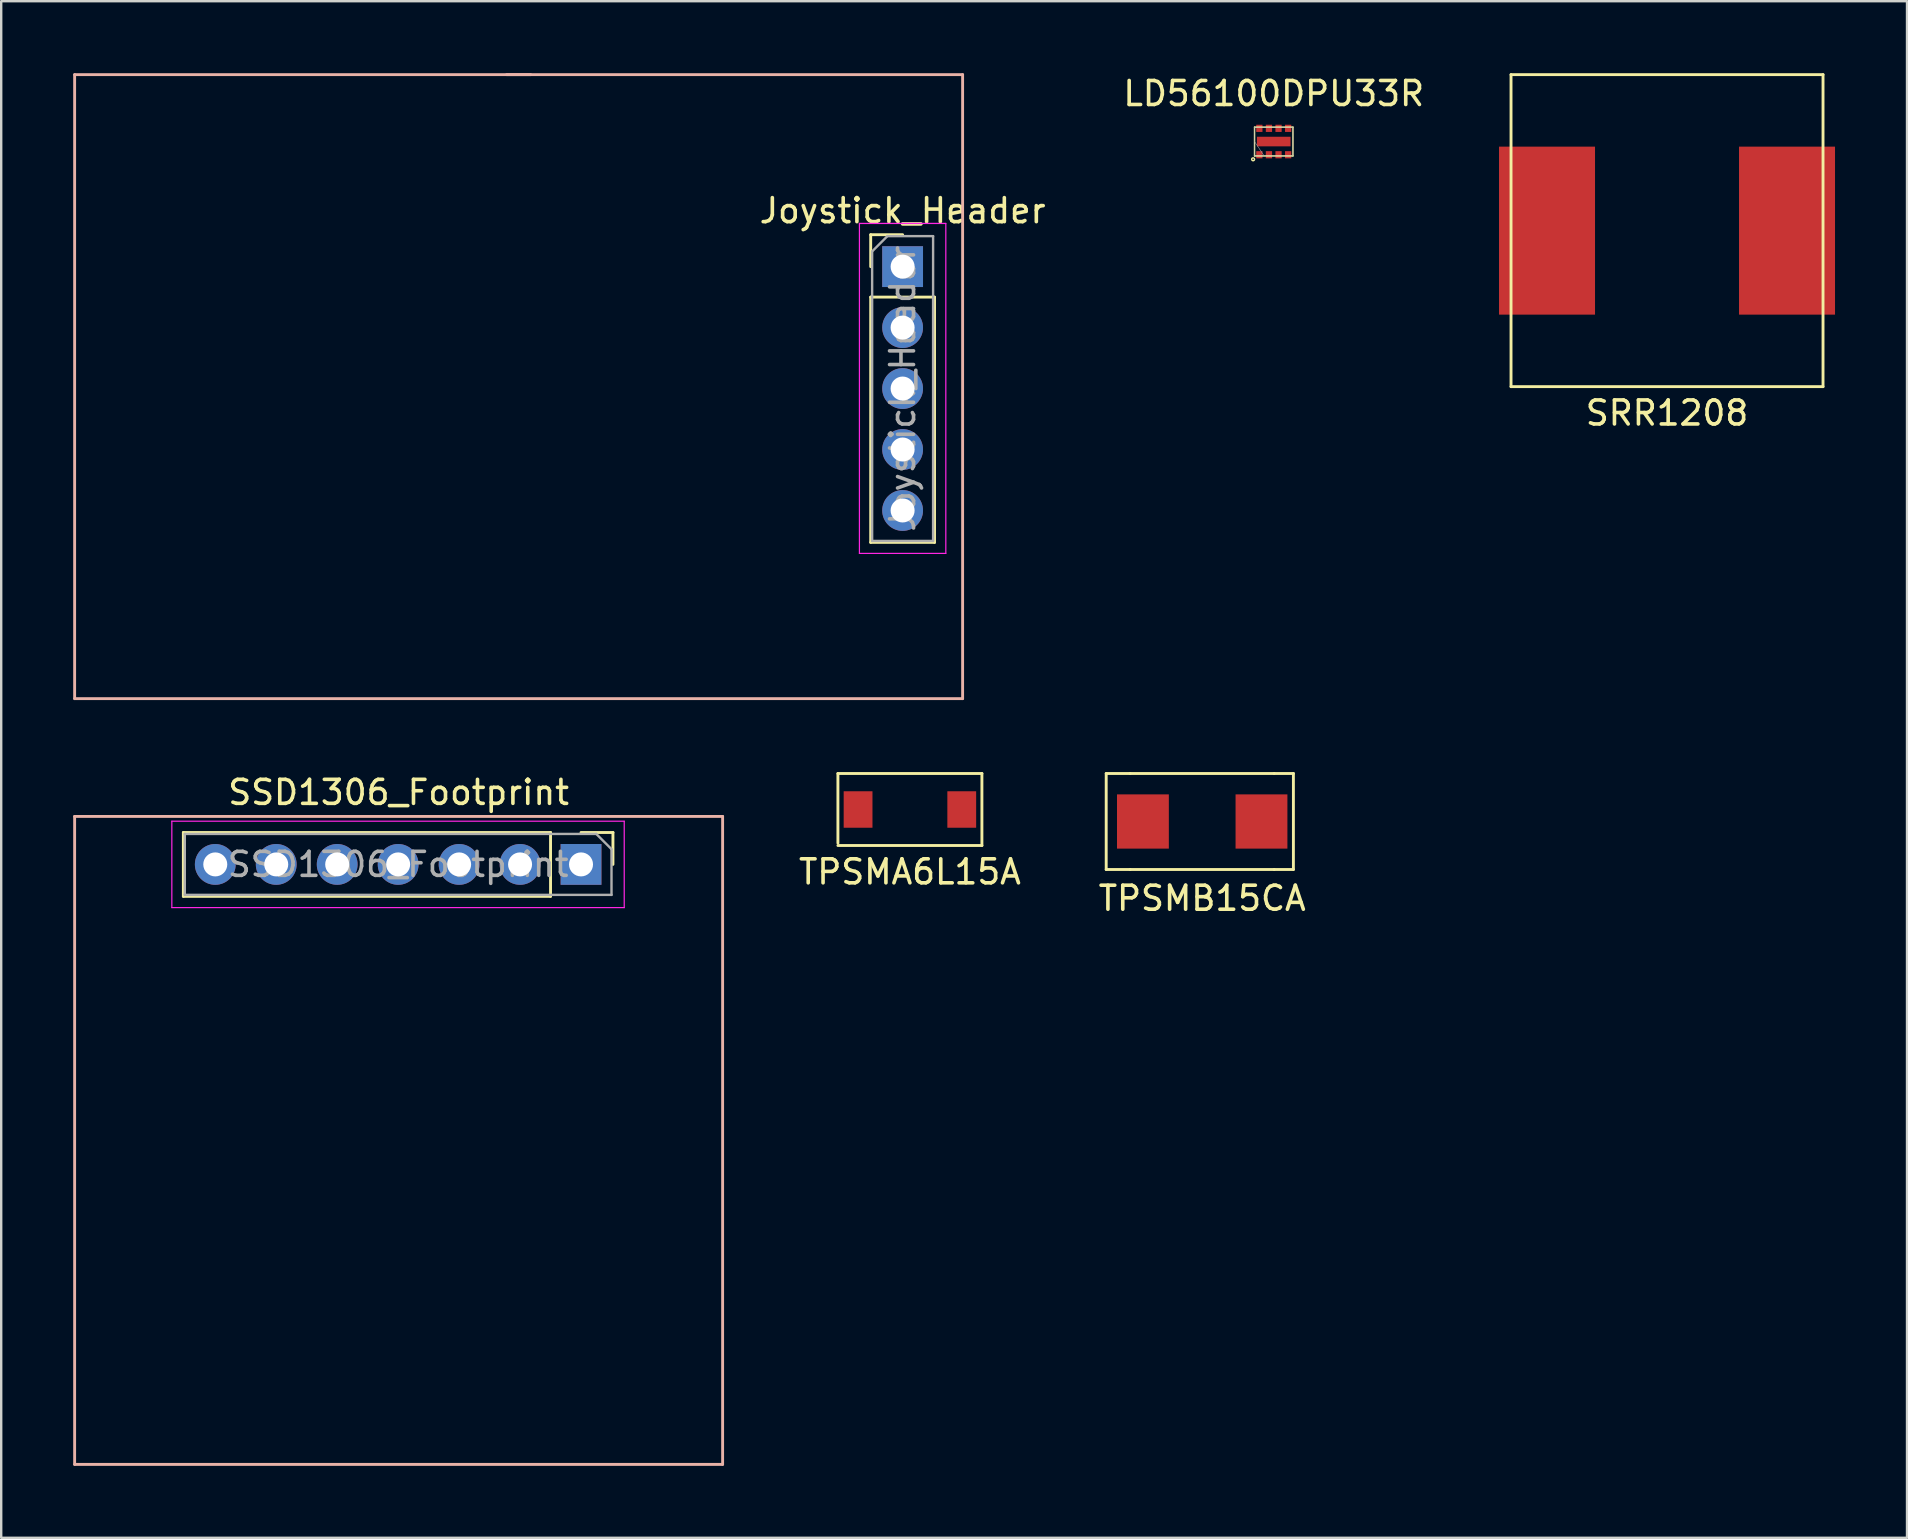
<source format=kicad_pcb>
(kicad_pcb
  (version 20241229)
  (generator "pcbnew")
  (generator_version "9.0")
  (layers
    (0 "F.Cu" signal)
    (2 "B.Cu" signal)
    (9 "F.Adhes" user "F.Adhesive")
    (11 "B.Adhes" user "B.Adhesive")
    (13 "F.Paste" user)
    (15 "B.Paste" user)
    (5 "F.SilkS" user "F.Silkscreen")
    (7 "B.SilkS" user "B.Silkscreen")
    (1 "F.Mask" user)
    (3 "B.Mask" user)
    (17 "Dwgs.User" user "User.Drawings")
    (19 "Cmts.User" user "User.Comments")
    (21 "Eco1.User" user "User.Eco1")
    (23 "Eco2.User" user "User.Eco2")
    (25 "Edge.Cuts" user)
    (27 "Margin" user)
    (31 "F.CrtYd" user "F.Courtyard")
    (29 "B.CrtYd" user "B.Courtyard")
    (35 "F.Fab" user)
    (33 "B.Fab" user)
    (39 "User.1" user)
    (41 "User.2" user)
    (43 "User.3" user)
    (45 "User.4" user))
  (footprint "SRR1208"
    (layer "F.Cu")
    (at 66.411 6.56)
    (property "Reference" "SRR1208" (at 0 7.6 0) (layer "F.SilkS") (effects (font (size 1 1) (thickness 0.15))))
    (attr through_hole)
    (fp_line (start -6.5 -6.5) (end -6.5 6.5) (stroke (width 0.12) (type solid)) (layer "F.SilkS"))
    (fp_line (start -6.5 -6.5) (end 6.5 -6.5) (stroke (width 0.12) (type solid)) (layer "F.SilkS"))
    (fp_line (start -6.5 6.5) (end 6.5 6.5) (stroke (width 0.12) (type solid)) (layer "F.SilkS"))
    (fp_line (start 6.5 -6.5) (end 6.5 6.5) (stroke (width 0.12) (type solid)) (layer "F.SilkS"))
    (pad "1" smd rect (at -5 0) (size 4 7) (layers "F.Cu" "F.Mask" "F.Paste"))
    (pad "2" smd rect (at 5 0) (size 4 7) (layers "F.Cu" "F.Mask" "F.Paste")))
  (footprint "TPSMB15CA"
    (layer "F.Cu")
    (at 47.043 31.18)
    (property "Reference" "TPSMB15CA" (at 0 3.2 0) (layer "F.SilkS") (effects (font (size 1 1) (thickness 0.15))))
    (attr through_hole)
    (fp_line (start -4 -2) (end -4 2) (stroke (width 0.12) (type solid)) (layer "F.SilkS"))
    (fp_line (start -4 2) (end -3 2) (stroke (width 0.12) (type solid)) (layer "F.SilkS"))
    (fp_line (start -3 -2) (end -4 -2) (stroke (width 0.12) (type solid)) (layer "F.SilkS"))
    (fp_line (start -3 -2) (end 3 -2) (stroke (width 0.12) (type solid)) (layer "F.SilkS"))
    (fp_line (start -3 2) (end 3 2) (stroke (width 0.12) (type solid)) (layer "F.SilkS"))
    (fp_line (start 3 2) (end 3.8 2) (stroke (width 0.12) (type solid)) (layer "F.SilkS"))
    (fp_line (start 3.8 -2) (end 3 -2) (stroke (width 0.12) (type solid)) (layer "F.SilkS"))
    (fp_line (start 3.8 2) (end 3.8 -2) (stroke (width 0.12) (type solid)) (layer "F.SilkS"))
    (pad "1" smd rect (at -2.47 0) (size 2.16 2.26) (layers "F.Cu" "F.Mask" "F.Paste"))
    (pad "2" smd rect (at 2.47 0) (size 2.16 2.26) (layers "F.Cu" "F.Mask" "F.Paste")))
  (footprint "TPSMA6L15A"
    (layer "F.Cu")
    (at 34.864 30.68)
    (property "Reference" "TPSMA6L15A" (at 0 2.6 0) (layer "F.SilkS") (effects (font (size 1 1) (thickness 0.15))))
    (attr through_hole)
    (fp_line (start -3 -1.5) (end -3 1.4) (stroke (width 0.12) (type solid)) (layer "F.SilkS"))
    (fp_line (start -3 -1.5) (end 3 -1.5) (stroke (width 0.12) (type solid)) (layer "F.SilkS"))
    (fp_line (start -3 1.5) (end 3 1.5) (stroke (width 0.12) (type solid)) (layer "F.SilkS"))
    (fp_line (start 3 -1.5) (end 3 1.5) (stroke (width 0.12) (type solid)) (layer "F.SilkS"))
    (pad "1" smd rect (at -2.16 0) (size 1.2 1.52) (layers "F.Cu" "F.Mask" "F.Paste"))
    (pad "2" smd rect (at 2.16 0) (size 1.2 1.52) (layers "F.Cu" "F.Mask" "F.Paste")))
  (footprint "Joystick_Header"
    (layer "F.Cu")
    (at 34.56 8.06)
    (property "Reference" "Joystick_Header" (at 0 -2.33 0) (layer "F.SilkS") (effects (font (size 1 1) (thickness 0.15))))
    (attr through_hole)
    (fp_line (start -1.33 -1.33) (end 0 -1.33) (stroke (width 0.12) (type solid)) (layer "F.SilkS"))
    (fp_line (start -1.33 0) (end -1.33 -1.33) (stroke (width 0.12) (type solid)) (layer "F.SilkS"))
    (fp_line (start -1.33 1.27) (end -1.33 11.49) (stroke (width 0.12) (type solid)) (layer "F.SilkS"))
    (fp_line (start -1.33 1.27) (end 1.33 1.27) (stroke (width 0.12) (type solid)) (layer "F.SilkS"))
    (fp_line (start -1.33 11.49) (end 1.33 11.49) (stroke (width 0.12) (type solid)) (layer "F.SilkS"))
    (fp_line (start 1.33 1.27) (end 1.33 11.49) (stroke (width 0.12) (type solid)) (layer "F.SilkS"))
    (fp_line (start -34.5 18) (end -34.5 -8) (stroke (width 0.12) (type solid)) (layer "B.SilkS"))
    (fp_line (start -15.5 -8) (end -16.5 -8) (stroke (width 0.12) (type solid)) (layer "B.SilkS"))
    (fp_line (start 2.5 -8) (end -34.5 -8) (stroke (width 0.12) (type solid)) (layer "B.SilkS"))
    (fp_line (start 2.5 18) (end -34.5 18) (stroke (width 0.12) (type solid)) (layer "B.SilkS"))
    (fp_line (start 2.5 18) (end 2.5 -8) (stroke (width 0.12) (type solid)) (layer "B.SilkS"))
    (fp_line (start -1.8 -1.8) (end -1.8 11.95) (stroke (width 0.05) (type solid)) (layer "F.CrtYd"))
    (fp_line (start -1.8 11.95) (end 1.8 11.95) (stroke (width 0.05) (type solid)) (layer "F.CrtYd"))
    (fp_line (start 1.8 -1.8) (end -1.8 -1.8) (stroke (width 0.05) (type solid)) (layer "F.CrtYd"))
    (fp_line (start 1.8 11.95) (end 1.8 -1.8) (stroke (width 0.05) (type solid)) (layer "F.CrtYd"))
    (fp_line (start -1.27 -0.635) (end -0.635 -1.27) (stroke (width 0.1) (type solid)) (layer "F.Fab"))
    (fp_line (start -1.27 11.43) (end -1.27 -0.635) (stroke (width 0.1) (type solid)) (layer "F.Fab"))
    (fp_line (start -0.635 -1.27) (end 1.27 -1.27) (stroke (width 0.1) (type solid)) (layer "F.Fab"))
    (fp_line (start 1.27 -1.27) (end 1.27 11.43) (stroke (width 0.1) (type solid)) (layer "F.Fab"))
    (fp_line (start 1.27 11.43) (end -1.27 11.43) (stroke (width 0.1) (type solid)) (layer "F.Fab"))
    (fp_text user "${REFERENCE}" (at 0 5.08 90) (layer "F.Fab") (effects (font (size 1 1) (thickness 0.15))))
    (pad "1" thru_hole rect (at 0 0) (size 1.7 1.7) (drill 1) (layers "*.Cu" "*.Mask"))
    (pad "2" thru_hole oval (at 0 2.54) (size 1.7 1.7) (drill 1) (layers "*.Cu" "*.Mask"))
    (pad "3" thru_hole oval (at 0 5.08) (size 1.7 1.7) (drill 1) (layers "*.Cu" "*.Mask"))
    (pad "4" thru_hole oval (at 0 7.62) (size 1.7 1.7) (drill 1) (layers "*.Cu" "*.Mask"))
    (pad "5" thru_hole oval (at 0 10.16) (size 1.7 1.7) (drill 1) (layers "*.Cu" "*.Mask")))
  (footprint "SSD1306_Footprint"
    (layer "F.Cu")
    (at 13.56 32.968)
    (property "Reference" "SSD1306_Footprint" (at 0 -3 0) (layer "F.SilkS") (effects (font (size 1 1) (thickness 0.15))))
    (attr through_hole)
    (fp_line (start -8.97 -1.33) (end -8.97 1.33) (stroke (width 0.12) (type solid)) (layer "F.SilkS"))
    (fp_line (start 6.33 -1.33) (end -8.97 -1.33) (stroke (width 0.12) (type solid)) (layer "F.SilkS"))
    (fp_line (start 6.33 -1.33) (end 6.33 1.33) (stroke (width 0.12) (type solid)) (layer "F.SilkS"))
    (fp_line (start 6.33 1.33) (end -8.97 1.33) (stroke (width 0.12) (type solid)) (layer "F.SilkS"))
    (fp_line (start 7.6 -1.33) (end 8.93 -1.33) (stroke (width 0.12) (type solid)) (layer "F.SilkS"))
    (fp_line (start 8.93 -1.33) (end 8.93 0) (stroke (width 0.12) (type solid)) (layer "F.SilkS"))
    (fp_line (start -13.5 -2) (end 13.5 -2) (stroke (width 0.12) (type solid)) (layer "B.SilkS"))
    (fp_line (start -13.5 25) (end -13.5 -2) (stroke (width 0.12) (type solid)) (layer "B.SilkS"))
    (fp_line (start 13.5 -2) (end 13.5 25) (stroke (width 0.12) (type solid)) (layer "B.SilkS"))
    (fp_line (start 13.5 25) (end -13.5 25) (stroke (width 0.12) (type solid)) (layer "B.SilkS"))
    (fp_line (start -9.45 -1.8) (end -9.45 1.8) (stroke (width 0.05) (type solid)) (layer "F.CrtYd"))
    (fp_line (start -9.45 1.8) (end 9.4 1.8) (stroke (width 0.05) (type solid)) (layer "F.CrtYd"))
    (fp_line (start 9.4 -1.8) (end -9.45 -1.8) (stroke (width 0.05) (type solid)) (layer "F.CrtYd"))
    (fp_line (start 9.4 1.8) (end 9.4 -1.8) (stroke (width 0.05) (type solid)) (layer "F.CrtYd"))
    (fp_line (start -8.91 -1.27) (end 8.235 -1.27) (stroke (width 0.1) (type solid)) (layer "F.Fab"))
    (fp_line (start -8.91 1.27) (end -8.91 -1.27) (stroke (width 0.1) (type solid)) (layer "F.Fab"))
    (fp_line (start 8.235 -1.27) (end 8.87 -0.635) (stroke (width 0.1) (type solid)) (layer "F.Fab"))
    (fp_line (start 8.87 -0.635) (end 8.87 1.27) (stroke (width 0.1) (type solid)) (layer "F.Fab"))
    (fp_line (start 8.87 1.27) (end -8.91 1.27) (stroke (width 0.1) (type solid)) (layer "F.Fab"))
    (fp_text user "${REFERENCE}" (at -0.02 0 0) (layer "F.Fab") (effects (font (size 1 1) (thickness 0.15))))
    (pad "1" thru_hole rect (at 7.6 0 270) (size 1.7 1.7) (drill 1) (layers "*.Cu" "*.Mask"))
    (pad "2" thru_hole oval (at 5.06 0 270) (size 1.7 1.7) (drill 1) (layers "*.Cu" "*.Mask"))
    (pad "3" thru_hole oval (at 2.52 0 270) (size 1.7 1.7) (drill 1) (layers "*.Cu" "*.Mask"))
    (pad "4" thru_hole oval (at -0.02 0 270) (size 1.7 1.7) (drill 1) (layers "*.Cu" "*.Mask"))
    (pad "5" thru_hole oval (at -2.56 0 270) (size 1.7 1.7) (drill 1) (layers "*.Cu" "*.Mask"))
    (pad "6" thru_hole oval (at -5.1 0 270) (size 1.7 1.7) (drill 1) (layers "*.Cu" "*.Mask"))
    (pad "7" thru_hole oval (at -7.64 0 270) (size 1.7 1.7) (drill 1) (layers "*.Cu" "*.Mask")))
  (footprint "LD56100DPU33R"
    (layer "F.Cu")
    (at 50.024 2.848)
    (property "Reference" "LD56100DPU33R" (at 0 -2 0) (layer "F.SilkS") (effects (font (size 1 1) (thickness 0.15))))
    (attr through_hole)
    (fp_line (start -0.8 -0.6) (end 0.8 -0.6) (stroke (width 0.06) (type solid)) (layer "F.SilkS"))
    (fp_line (start -0.8 0.6) (end -0.8 -0.6) (stroke (width 0.06) (type solid)) (layer "F.SilkS"))
    (fp_line (start 0.8 -0.6) (end 0.8 0.6) (stroke (width 0.06) (type solid)) (layer "F.SilkS"))
    (fp_line (start 0.8 0.6) (end -0.8 0.6) (stroke (width 0.06) (type solid)) (layer "F.SilkS"))
    (fp_circle (center -0.86 0.74) (end -0.8 0.74) (stroke (width 0.06) (type solid)) (fill no) (layer "F.SilkS"))
    (fp_line (start -0.8 -0.6) (end 0.8 -0.6) (stroke (width 0.02) (type solid)) (layer "F.Fab"))
    (fp_line (start -0.8 0) (end -0.4 0.6) (stroke (width 0.02) (type solid)) (layer "F.Fab"))
    (fp_line (start -0.8 0.6) (end -0.8 -0.6) (stroke (width 0.02) (type solid)) (layer "F.Fab"))
    (fp_line (start -0.8 0.6) (end 0.8 0.6) (stroke (width 0.02) (type solid)) (layer "F.Fab"))
    (fp_line (start 0.8 0.6) (end 0.8 -0.6) (stroke (width 0.02) (type solid)) (layer "F.Fab"))
    (pad "1" smd rect (at -0.6 0.55) (size 0.26 0.3) (layers "F.Cu" "F.Mask" "F.Paste"))
    (pad "2" smd rect (at -0.2 0.55) (size 0.26 0.3) (layers "F.Cu" "F.Mask" "F.Paste"))
    (pad "3" smd rect (at 0.2 0.55) (size 0.26 0.3) (layers "F.Cu" "F.Mask" "F.Paste"))
    (pad "4" smd rect (at 0.6 0.55) (size 0.26 0.3) (layers "F.Cu" "F.Mask" "F.Paste"))
    (pad "5" smd rect (at -0.6 -0.55) (size 0.26 0.3) (layers "F.Cu" "F.Mask" "F.Paste"))
    (pad "6" smd rect (at -0.2 -0.55) (size 0.26 0.3) (layers "F.Cu" "F.Mask" "F.Paste"))
    (pad "7" smd rect (at 0.2 -0.55) (size 0.26 0.3) (layers "F.Cu" "F.Mask" "F.Paste"))
    (pad "8" smd rect (at 0.6 -0.55) (size 0.26 0.3) (layers "F.Cu" "F.Mask" "F.Paste"))
    (pad "9" smd rect (at 0 0) (size 1.4 0.4) (layers "F.Cu" "F.Mask" "F.Paste")))
  (gr_rect
    (start -3 -3)
    (end 76.411 61.028)
    (stroke (width 0.1) (type default))
    (fill no)
    (layer "Edge.Cuts")))
</source>
